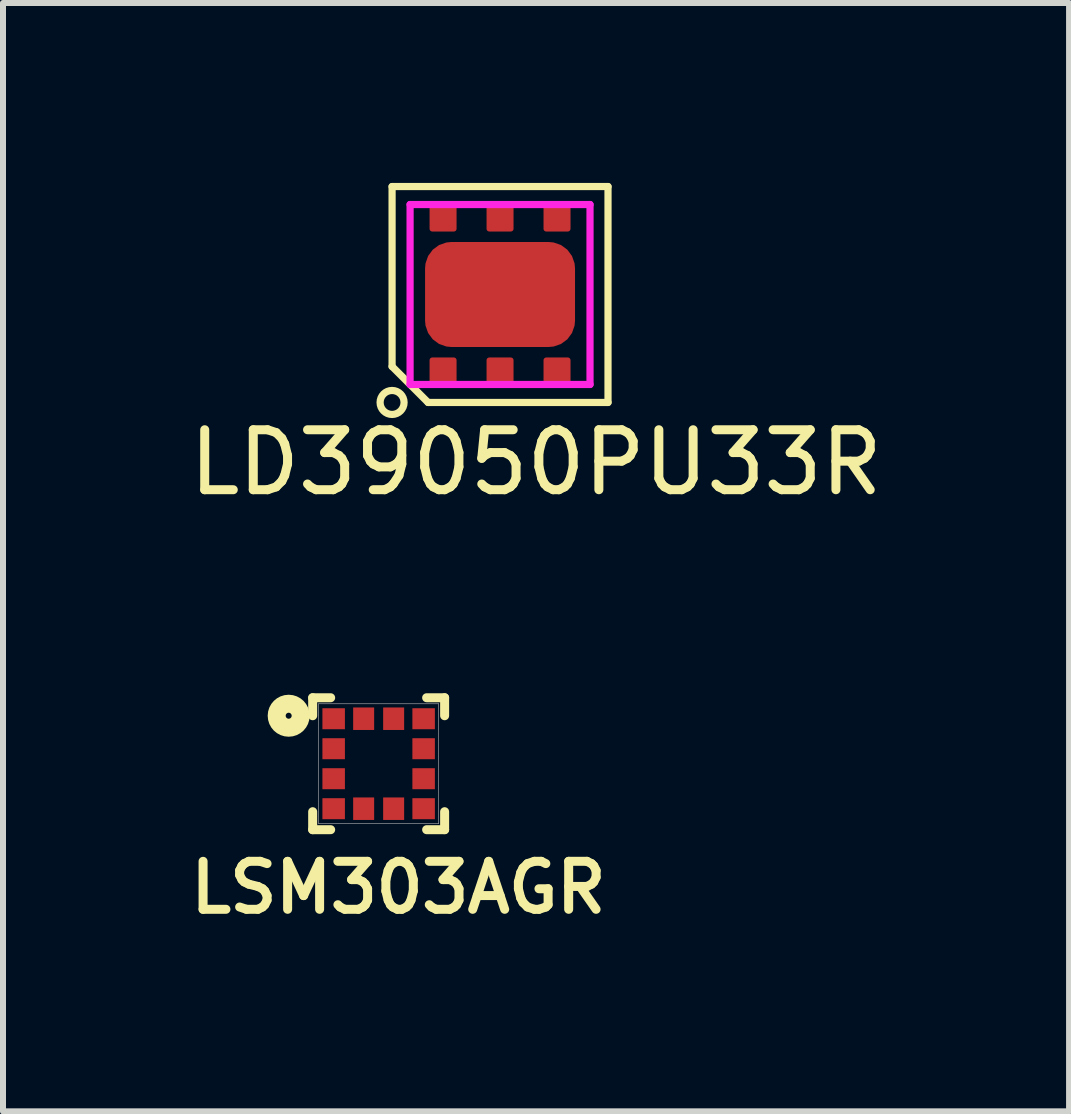
<source format=kicad_pcb>
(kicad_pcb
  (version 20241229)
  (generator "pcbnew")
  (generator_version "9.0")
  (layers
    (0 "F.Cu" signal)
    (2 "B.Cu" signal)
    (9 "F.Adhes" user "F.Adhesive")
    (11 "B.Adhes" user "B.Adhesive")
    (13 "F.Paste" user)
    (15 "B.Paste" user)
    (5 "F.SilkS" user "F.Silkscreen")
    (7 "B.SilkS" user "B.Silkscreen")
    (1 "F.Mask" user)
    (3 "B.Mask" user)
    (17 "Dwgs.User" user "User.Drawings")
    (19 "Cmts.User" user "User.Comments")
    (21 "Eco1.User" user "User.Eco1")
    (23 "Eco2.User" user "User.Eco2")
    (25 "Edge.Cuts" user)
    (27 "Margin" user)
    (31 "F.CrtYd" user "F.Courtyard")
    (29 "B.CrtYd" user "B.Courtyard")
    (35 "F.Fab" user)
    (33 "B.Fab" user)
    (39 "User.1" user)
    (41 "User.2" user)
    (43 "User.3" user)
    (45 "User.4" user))
  (footprint "LSM303AGR"
    (layer "F.Cu")
    (at 3.263 9.683)
    (property "Reference" "LSM303AGR" (at 0.33 2.065 0) (layer "F.SilkS") (effects (font (size 0.8 0.8) (thickness 0.15))))
    (attr through_hole)
    (fp_line (start -1.1 -1.1) (end -0.8 -1.1) (stroke (width 0.15) (type solid)) (layer "F.SilkS"))
    (fp_line (start -1.1 -0.8) (end -1.1 -1.1) (stroke (width 0.15) (type solid)) (layer "F.SilkS"))
    (fp_line (start -1.1 0.8) (end -1.1 1.1) (stroke (width 0.15) (type solid)) (layer "F.SilkS"))
    (fp_line (start -1.1 1.1) (end -0.8 1.1) (stroke (width 0.15) (type solid)) (layer "F.SilkS"))
    (fp_line (start 0.8 -1.1) (end 1.1 -1.1) (stroke (width 0.15) (type solid)) (layer "F.SilkS"))
    (fp_line (start 0.8 1.1) (end 1.1 1.1) (stroke (width 0.15) (type solid)) (layer "F.SilkS"))
    (fp_line (start 1.1 -1.1) (end 1.1 -0.8) (stroke (width 0.15) (type solid)) (layer "F.SilkS"))
    (fp_line (start 1.1 1.1) (end 1.1 0.8) (stroke (width 0.15) (type solid)) (layer "F.SilkS"))
    (fp_circle (center -1.5 -0.8) (end -1.3 -0.8) (stroke (width 0.3) (type solid)) (fill no) (layer "F.SilkS"))
    (fp_line (start -1 -1) (end 1 -1) (stroke (width 0.01) (type solid)) (layer "F.Fab"))
    (fp_line (start -1 1) (end -1 -1) (stroke (width 0.01) (type solid)) (layer "F.Fab"))
    (fp_line (start 1 -1) (end 1 1) (stroke (width 0.01) (type solid)) (layer "F.Fab"))
    (fp_line (start 1 1) (end -1 1) (stroke (width 0.01) (type solid)) (layer "F.Fab"))
    (pad "1" smd rect (at -0.75 -0.75) (size 0.375 0.35) (layers "F.Cu" "F.Mask" "F.Paste"))
    (pad "2" smd rect (at -0.75 -0.25) (size 0.375 0.35) (layers "F.Cu" "F.Mask" "F.Paste"))
    (pad "3" smd rect (at -0.75 0.25) (size 0.375 0.35) (layers "F.Cu" "F.Mask" "F.Paste"))
    (pad "4" smd rect (at -0.75 0.75) (size 0.375 0.35) (layers "F.Cu" "F.Mask" "F.Paste"))
    (pad "5" smd rect (at -0.25 0.75) (size 0.35 0.375) (layers "F.Cu" "F.Mask" "F.Paste"))
    (pad "6" smd rect (at 0.25 0.75) (size 0.35 0.375) (layers "F.Cu" "F.Mask" "F.Paste"))
    (pad "7" smd rect (at 0.75 0.75) (size 0.375 0.35) (layers "F.Cu" "F.Mask" "F.Paste"))
    (pad "8" smd rect (at 0.75 0.25) (size 0.375 0.35) (layers "F.Cu" "F.Mask" "F.Paste"))
    (pad "9" smd rect (at 0.75 -0.25) (size 0.375 0.35) (layers "F.Cu" "F.Mask" "F.Paste"))
    (pad "10" smd rect (at 0.75 -0.75) (size 0.375 0.35) (layers "F.Cu" "F.Mask" "F.Paste"))
    (pad "11" smd rect (at 0.25 -0.75) (size 0.35 0.375) (layers "F.Cu" "F.Mask" "F.Paste"))
    (pad "12" smd rect (at -0.25 -0.75) (size 0.35 0.375) (layers "F.Cu" "F.Mask" "F.Paste")))
  (footprint "LD39050PU33R"
    (layer "F.Cu")
    (at 5.287 1.86)
    (property "Reference" "LD39050PU33R" (at 0.6 2.8 0) (layer "F.SilkS") (effects (font (size 1 1) (thickness 0.15))))
    (attr through_hole)
    (fp_line (start -1.8 -1.8) (end 1.8 -1.8) (stroke (width 0.12) (type solid)) (layer "F.SilkS"))
    (fp_line (start -1.8 1.2) (end -1.8 -1.8) (stroke (width 0.12) (type solid)) (layer "F.SilkS"))
    (fp_line (start -1.8 1.2) (end -1.2 1.8) (stroke (width 0.12) (type solid)) (layer "F.SilkS"))
    (fp_line (start 1.8 -1.8) (end 1.8 1.8) (stroke (width 0.12) (type solid)) (layer "F.SilkS"))
    (fp_line (start 1.8 1.8) (end -1.2 1.8) (stroke (width 0.12) (type solid)) (layer "F.SilkS"))
    (fp_circle (center -1.8 1.8) (end -1.6 1.8) (stroke (width 0.12) (type solid)) (fill no) (layer "F.SilkS"))
    (fp_line (start -1.5 -1.5) (end -1.5 1.5) (stroke (width 0.12) (type solid)) (layer "F.CrtYd"))
    (fp_line (start -1.5 1.5) (end 1.5 1.5) (stroke (width 0.12) (type solid)) (layer "F.CrtYd"))
    (fp_line (start 1.5 -1.5) (end -1.5 -1.5) (stroke (width 0.12) (type solid)) (layer "F.CrtYd"))
    (fp_line (start 1.5 1.5) (end 1.5 -1.5) (stroke (width 0.12) (type solid)) (layer "F.CrtYd"))
    (pad "1" smd roundrect (at -0.95 1.3) (size 0.45 0.5) (layers "F.Cu" "F.Mask" "F.Paste") (roundrect_rratio 0.1))
    (pad "2" smd roundrect (at 0 0) (size 2.5 1.75) (layers "F.Cu" "F.Mask" "F.Paste") (roundrect_rratio 0.25))
    (pad "2" smd roundrect (at 0 1.3) (size 0.45 0.5) (layers "F.Cu" "F.Mask" "F.Paste") (roundrect_rratio 0.1))
    (pad "3" smd roundrect (at 0.95 1.3) (size 0.45 0.5) (layers "F.Cu" "F.Mask" "F.Paste") (roundrect_rratio 0.1))
    (pad "4" smd roundrect (at 0.95 -1.3) (size 0.45 0.5) (layers "F.Cu" "F.Mask" "F.Paste") (roundrect_rratio 0.1))
    (pad "5" smd roundrect (at 0 -1.3) (size 0.45 0.5) (layers "F.Cu" "F.Mask" "F.Paste") (roundrect_rratio 0.1))
    (pad "6" smd roundrect (at -0.95 -1.3) (size 0.45 0.5) (layers "F.Cu" "F.Mask" "F.Paste") (roundrect_rratio 0.1)))
  (gr_rect
    (start -3 -3)
    (end 14.774 15.479)
    (stroke (width 0.1) (type default))
    (fill no)
    (layer "Edge.Cuts")))
</source>
